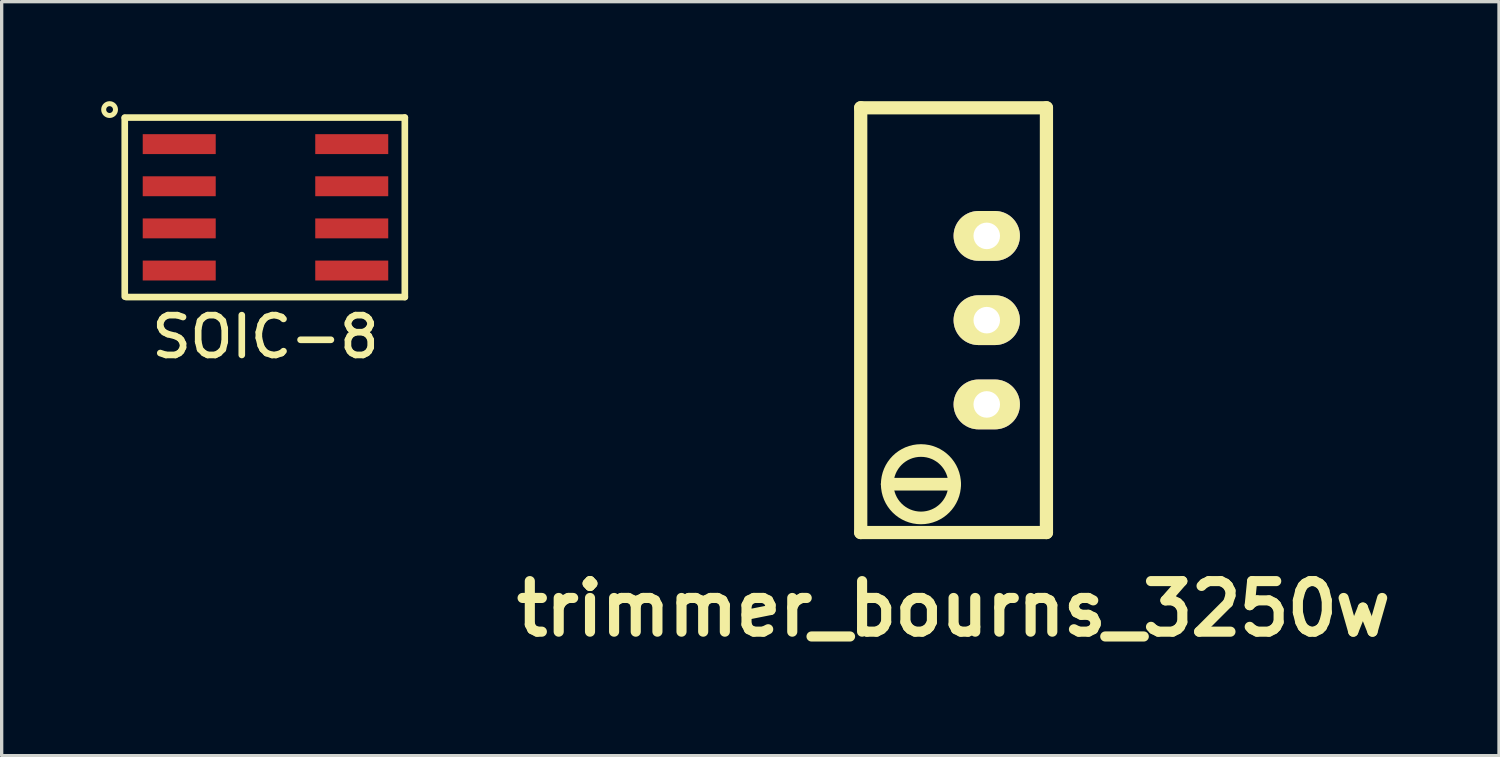
<source format=kicad_pcb>
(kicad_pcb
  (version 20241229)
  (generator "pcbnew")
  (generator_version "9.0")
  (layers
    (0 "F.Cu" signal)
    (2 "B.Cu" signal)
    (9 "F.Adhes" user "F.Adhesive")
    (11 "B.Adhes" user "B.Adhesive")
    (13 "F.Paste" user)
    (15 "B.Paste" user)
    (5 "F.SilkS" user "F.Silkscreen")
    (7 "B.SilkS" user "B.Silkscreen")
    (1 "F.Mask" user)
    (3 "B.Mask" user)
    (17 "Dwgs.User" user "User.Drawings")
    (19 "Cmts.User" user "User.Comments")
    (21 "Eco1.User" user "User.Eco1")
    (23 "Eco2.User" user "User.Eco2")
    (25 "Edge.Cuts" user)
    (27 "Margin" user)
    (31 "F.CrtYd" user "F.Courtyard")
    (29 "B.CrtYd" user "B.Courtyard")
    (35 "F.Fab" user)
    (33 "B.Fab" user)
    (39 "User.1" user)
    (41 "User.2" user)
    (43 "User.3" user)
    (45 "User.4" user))
  (footprint "trimmer_bourns_3250w"
    (layer "F.Cu")
    (at 25.692 6.6)
    (property "Reference" "trimmer_bourns_3250w" (at 0 8.7 0) (layer "F.SilkS") (effects (font (size 1.524 1.524) (thickness 0.305))))
    (attr through_hole)
    (fp_line (start -2.799 -6.401) (end -2.799 6.401) (stroke (width 0.399) (type solid)) (layer "F.SilkS"))
    (fp_line (start -2.799 6.401) (end 2.799 6.401) (stroke (width 0.399) (type solid)) (layer "F.SilkS"))
    (fp_line (start -2.002 4.945) (end 0.03 4.945) (stroke (width 0.381) (type solid)) (layer "F.SilkS"))
    (fp_line (start 2.799 -6.401) (end -2.799 -6.401) (stroke (width 0.399) (type solid)) (layer "F.SilkS"))
    (fp_line (start 2.799 6.401) (end 2.799 -6.401) (stroke (width 0.399) (type solid)) (layer "F.SilkS"))
    (fp_circle (center -0.983 4.945) (end 0.033 4.945) (stroke (width 0.381) (type solid)) (fill no) (layer "F.SilkS"))
    (pad "1" thru_hole oval (at 1 2.54) (size 1.999 1.501) (drill 0.8) (layers "*.Cu" "*.Mask" "F.SilkS"))
    (pad "2" thru_hole oval (at 1 0) (size 1.999 1.501) (drill 0.8) (layers "*.Cu" "*.Mask" "F.SilkS"))
    (pad "3" thru_hole oval (at 1 -2.54) (size 1.999 1.501) (drill 0.8) (layers "*.Cu" "*.Mask" "F.SilkS")))
  (footprint "SOIC-8"
    (layer "F.Cu")
    (at 4.952 3.199)
    (property "Reference" "SOIC-8" (at 0 3.905 0) (layer "F.SilkS") (effects (font (size 1.2 1.2) (thickness 0.2))))
    (attr through_hole)
    (fp_line (start -4.242 -2.692) (end -4.242 2.692) (stroke (width 0.2) (type solid)) (layer "F.SilkS"))
    (fp_line (start -4.2 2.705) (end 4.2 2.705) (stroke (width 0.2) (type solid)) (layer "F.SilkS"))
    (fp_line (start 4.2 -2.705) (end -4.242 -2.705) (stroke (width 0.2) (type solid)) (layer "F.SilkS"))
    (fp_line (start 4.2 2.705) (end 4.2 -2.705) (stroke (width 0.2) (type solid)) (layer "F.SilkS"))
    (fp_circle (center -4.699 -2.946) (end -4.699 -3.124) (stroke (width 0.15) (type solid)) (fill no) (layer "F.SilkS"))
    (pad "1" smd rect (at -2.6 -1.905) (size 2.2 0.6) (layers "F.Cu" "F.Mask" "F.Paste"))
    (pad "2" smd rect (at -2.6 -0.635) (size 2.2 0.6) (layers "F.Cu" "F.Mask" "F.Paste"))
    (pad "3" smd rect (at -2.6 0.635) (size 2.2 0.6) (layers "F.Cu" "F.Mask" "F.Paste"))
    (pad "4" smd rect (at -2.6 1.905) (size 2.2 0.6) (layers "F.Cu" "F.Mask" "F.Paste"))
    (pad "5" smd rect (at 2.6 1.905) (size 2.2 0.6) (layers "F.Cu" "F.Mask" "F.Paste"))
    (pad "6" smd rect (at 2.6 0.635) (size 2.2 0.6) (layers "F.Cu" "F.Mask" "F.Paste"))
    (pad "7" smd rect (at 2.6 -0.635) (size 2.2 0.6) (layers "F.Cu" "F.Mask" "F.Paste"))
    (pad "8" smd rect (at 2.6 -1.905) (size 2.2 0.6) (layers "F.Cu" "F.Mask" "F.Paste")))
  (gr_rect
    (start -3 -3)
    (end 42.132 19.726)
    (stroke (width 0.1) (type default))
    (fill no)
    (layer "Edge.Cuts")))
</source>
